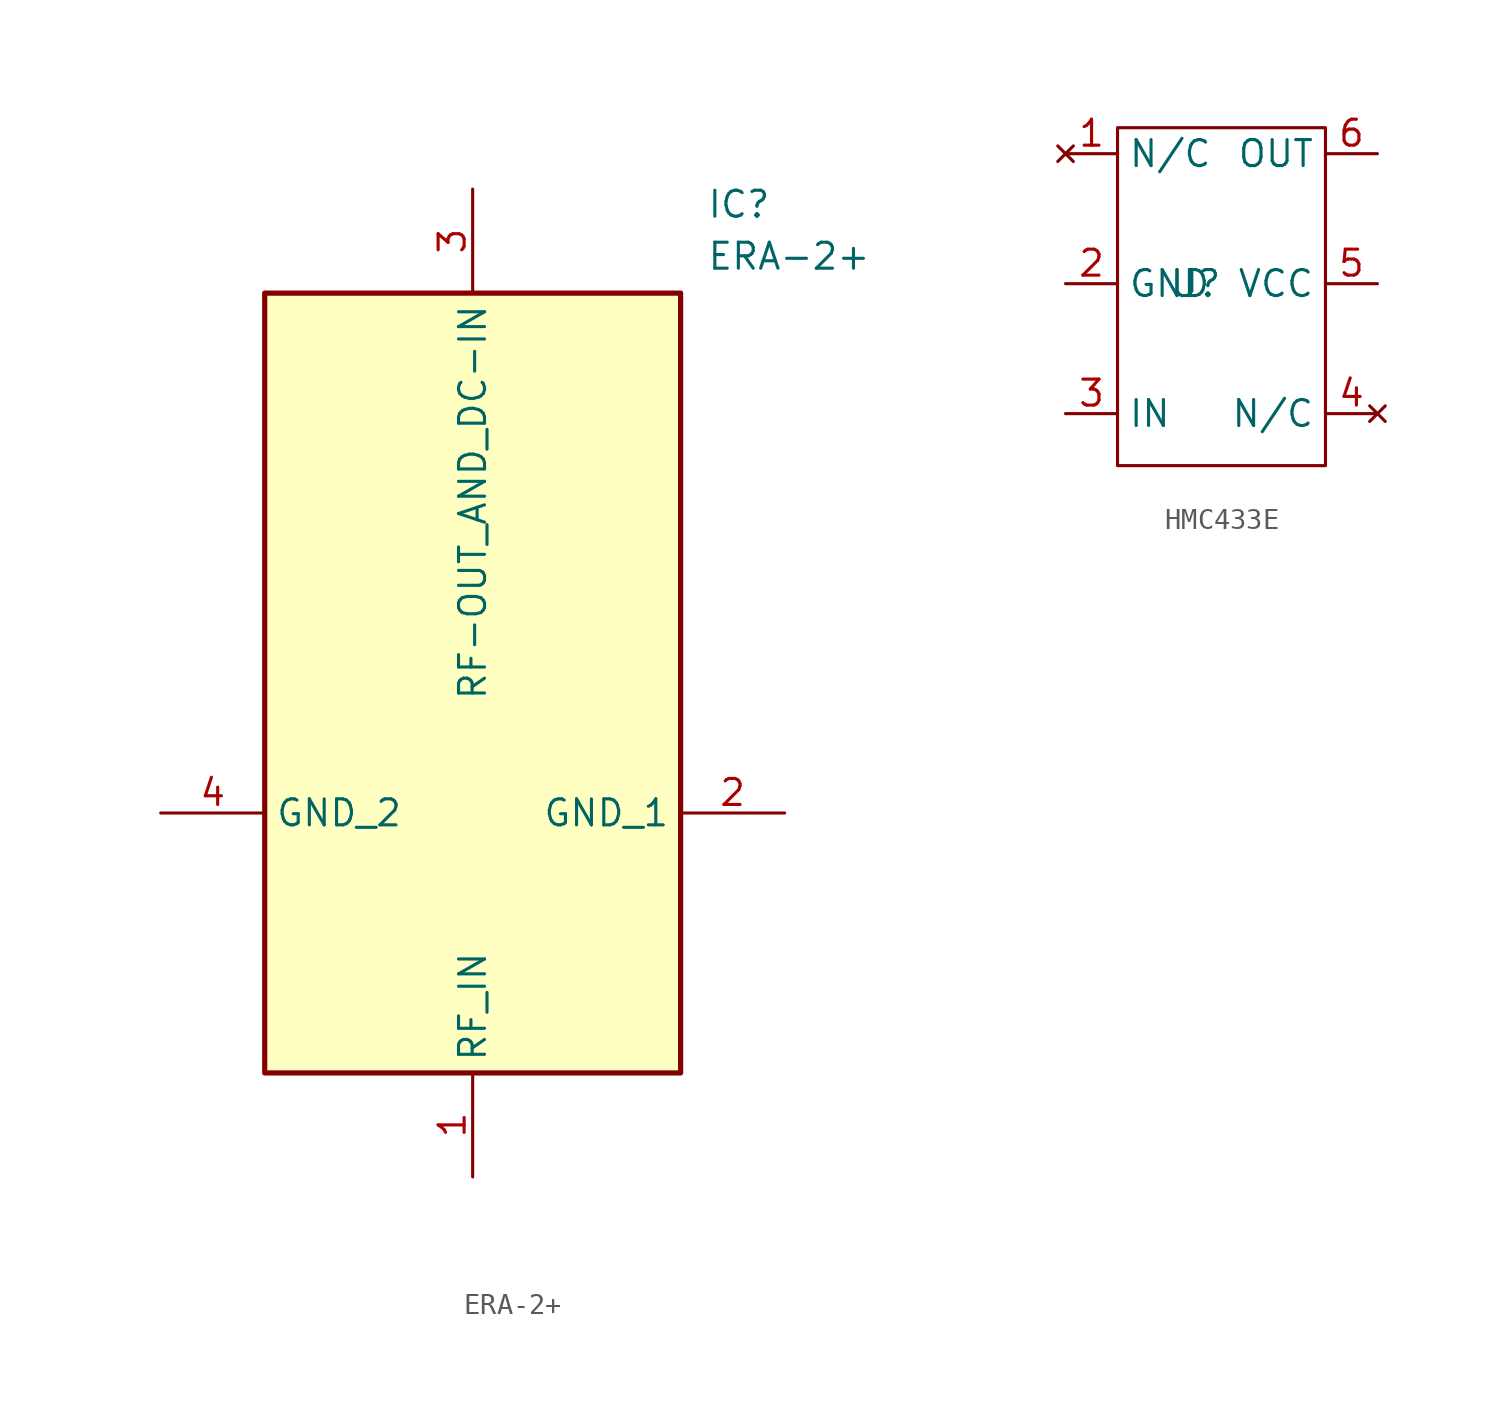
<source format=kicad_sym>
(kicad_symbol_lib
  (version 20241209)
  (generator "kicad_symbol_editor")
  (generator_version "9.0")
  (symbol "ERA-2+"
    (property "Reference" "IC"
      (at 26.67 30.48 0)
      (effects (font (size 1.27 1.27)) (justify left top)))
    (property "Value" "ERA-2+"
      (at 26.67 27.94 0)
      (effects (font (size 1.27 1.27)) (justify left top)))
    (symbol "ERA-2+_1_1"
      (rectangle (start 5.08 25.4) (end 25.4 -12.7) (stroke (width 0.254) (type default)) (fill (type background)))
      (pin passive line (at 0 0 0) (length 5.08) (name "GND_2" (effects (font (size 1.27 1.27)))) (number "4" (effects (font (size 1.27 1.27)))))
      (pin passive line (at 15.24 30.48 270) (length 5.08) (name "RF-OUT_AND_DC-IN" (effects (font (size 1.27 1.27)))) (number "3" (effects (font (size 1.27 1.27)))))
      (pin passive line (at 15.24 -17.78 90) (length 5.08) (name "RF_IN" (effects (font (size 1.27 1.27)))) (number "1" (effects (font (size 1.27 1.27)))))
      (pin passive line (at 30.48 0 180) (length 5.08) (name "GND_1" (effects (font (size 1.27 1.27)))) (number "2" (effects (font (size 1.27 1.27)))))))
  (symbol "HMC433E"
    (property "Reference" "U"
      (at 0 0 0)
      (effects (font (size 1.27 1.27))))
    (property "Value" ""
      (at 0 0 0)
      (effects (font (size 1.27 1.27))))
    (symbol "HMC433E_0_1"
      (rectangle (start -3.81 7.62) (end 6.35 -8.89) (stroke (width 0) (type default)) (fill (type none))))
    (symbol "HMC433E_1_1"
      (pin no_connect line (at -6.35 6.35 0) (length 2.54) (name "N/C" (effects (font (size 1.27 1.27)))) (number "1" (effects (font (size 1.27 1.27)))))
      (pin input line (at -6.35 0 0) (length 2.54) (name "GND" (effects (font (size 1.27 1.27)))) (number "2" (effects (font (size 1.27 1.27)))))
      (pin input line (at -6.35 -6.35 0) (length 2.54) (name "IN" (effects (font (size 1.27 1.27)))) (number "3" (effects (font (size 1.27 1.27)))))
      (pin output line (at 8.89 6.35 180) (length 2.54) (name "OUT" (effects (font (size 1.27 1.27)))) (number "6" (effects (font (size 1.27 1.27)))))
      (pin power_in line (at 8.89 0 180) (length 2.54) (name "VCC" (effects (font (size 1.27 1.27)))) (number "5" (effects (font (size 1.27 1.27)))))
      (pin no_connect line (at 8.89 -6.35 180) (length 2.54) (name "N/C" (effects (font (size 1.27 1.27)))) (number "4" (effects (font (size 1.27 1.27))))))))
</source>
